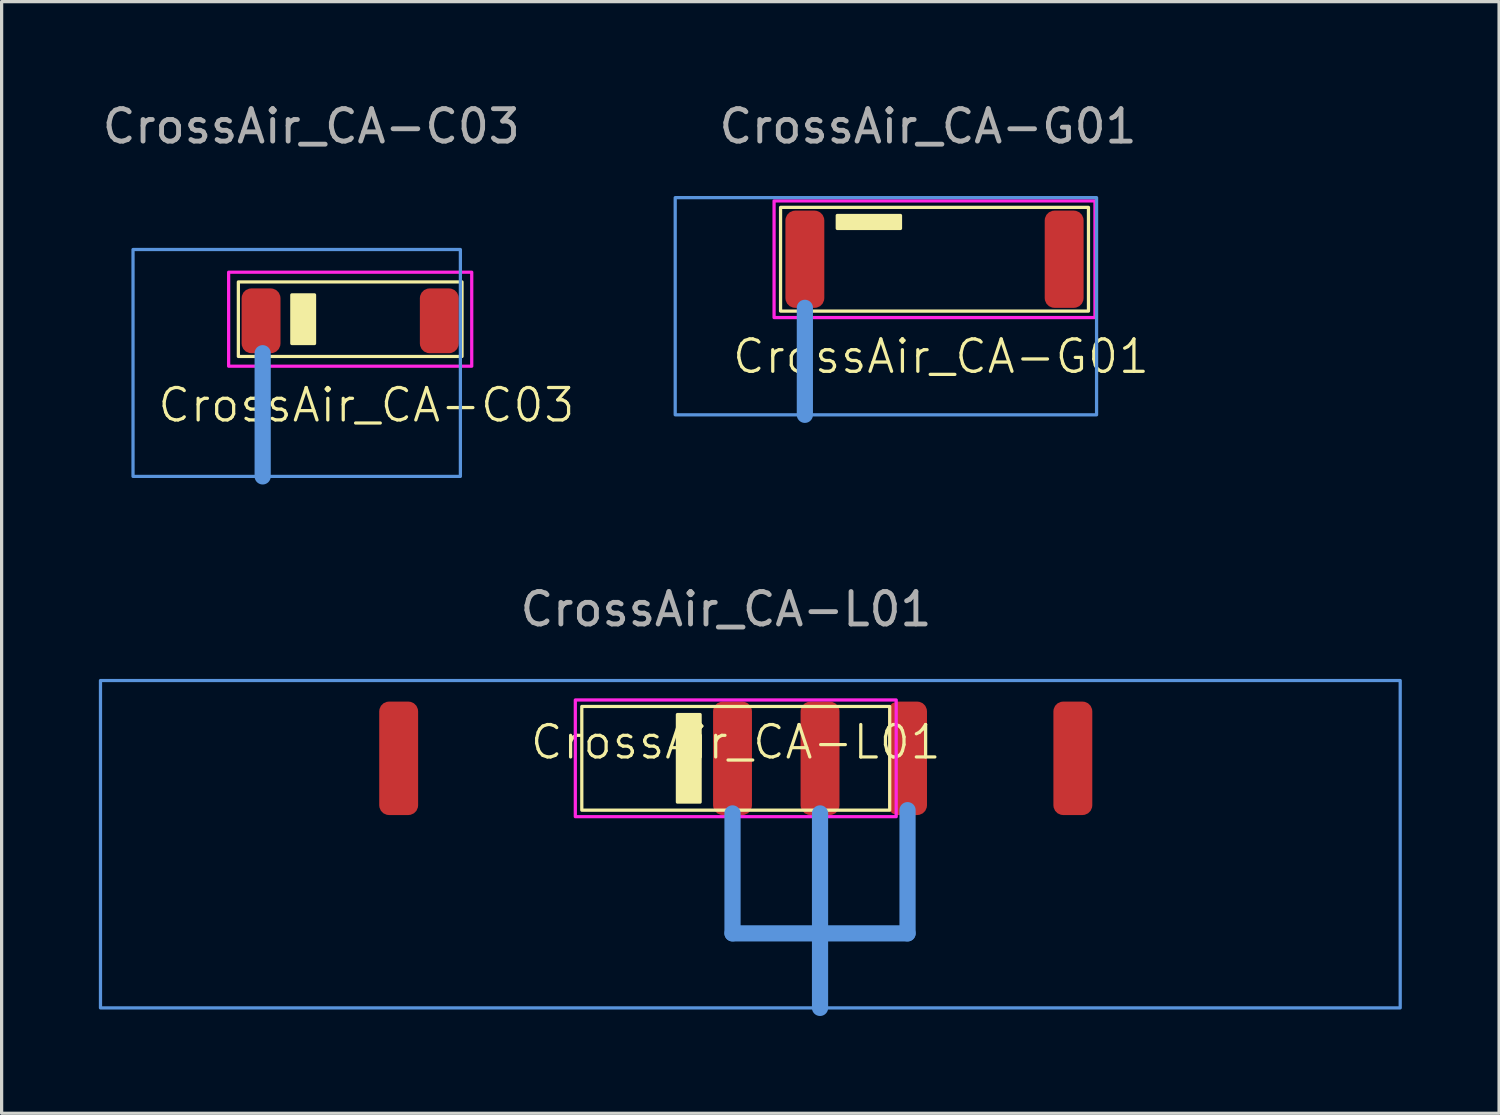
<source format=kicad_pcb>
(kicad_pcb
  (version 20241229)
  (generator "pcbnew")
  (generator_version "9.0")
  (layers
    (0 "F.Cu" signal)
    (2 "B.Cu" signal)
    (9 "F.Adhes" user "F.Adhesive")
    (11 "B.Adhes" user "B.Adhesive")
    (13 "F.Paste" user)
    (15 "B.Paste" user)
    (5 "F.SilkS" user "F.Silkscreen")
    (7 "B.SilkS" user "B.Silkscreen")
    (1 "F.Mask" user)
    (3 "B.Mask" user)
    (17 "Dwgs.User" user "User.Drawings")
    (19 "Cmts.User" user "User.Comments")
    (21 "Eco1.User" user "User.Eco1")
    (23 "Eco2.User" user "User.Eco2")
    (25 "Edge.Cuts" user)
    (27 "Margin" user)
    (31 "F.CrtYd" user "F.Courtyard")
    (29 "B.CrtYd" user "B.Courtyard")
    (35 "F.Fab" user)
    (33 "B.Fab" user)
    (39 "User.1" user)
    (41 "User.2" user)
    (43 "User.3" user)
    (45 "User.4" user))
  (footprint "CrossAir_CA-G01"
    (layer "F.Cu")
    (at 25.782 4.948)
    (property "Reference" "CrossAir_CA-G01" (at 0.2 3 0) (unlocked yes) (layer "F.SilkS") (effects (font (size 1 1) (thickness 0.1))))
    (attr smd)
    (fp_rect (start -4.75 -1.6) (end 4.75 1.6) (stroke (width 0.1) (type default)) (fill no) (layer "F.SilkS"))
    (fp_rect (start -3 -1.35) (end -1.05 -0.95) (stroke (width 0.1) (type solid)) (fill yes) (layer "F.SilkS"))
    (fp_line (start -4 1.5) (end -4 4.8) (stroke (width 0.5) (type default)) (layer "Cmts.User"))
    (fp_rect (start -8 -1.9) (end 5 4.8) (stroke (width 0.1) (type default)) (fill no) (layer "Cmts.User"))
    (fp_rect (start -4.95 -1.8) (end 4.95 1.8) (stroke (width 0.1) (type default)) (fill no) (layer "F.CrtYd"))
    (fp_text user "${REFERENCE}" (at -0.2 -4.1 0) (unlocked yes) (layer "F.Fab") (effects (font (size 1 1) (thickness 0.15))))
    (pad "1" smd roundrect (at -4 0) (size 1.2 3) (layers "F.Cu" "F.Mask" "F.Paste") (roundrect_rratio 0.25))
    (pad "2" smd roundrect (at 4 0) (size 1.2 3) (layers "F.Cu" "F.Mask" "F.Paste") (roundrect_rratio 0.25)))
  (footprint "CrossAir_CA-L01"
    (layer "F.Cu")
    (at 19.65 20.346)
    (property "Reference" "CrossAir_CA-L01" (at 0 -0.5 0) (unlocked yes) (layer "F.SilkS") (effects (font (size 1 1) (thickness 0.1))))
    (attr smd)
    (fp_rect (start -4.75 -1.6) (end 4.75 1.6) (stroke (width 0.1) (type default)) (fill no) (layer "F.SilkS"))
    (fp_rect (start -1.8 -1.35) (end -1.1 1.35) (stroke (width 0.1) (type solid)) (fill yes) (layer "F.SilkS"))
    (fp_line (start -0.1 1.7) (end -0.1 5.4) (stroke (width 0.5) (type default)) (layer "Cmts.User"))
    (fp_line (start -0.1 5.4) (end 5.3 5.4) (stroke (width 0.5) (type default)) (layer "Cmts.User"))
    (fp_line (start 2.6 1.7) (end 2.6 7.7) (stroke (width 0.5) (type default)) (layer "Cmts.User"))
    (fp_line (start 5.3 1.6) (end 5.3 5.4) (stroke (width 0.5) (type default)) (layer "Cmts.User"))
    (fp_rect (start -19.6 -2.4) (end 20.5 7.7) (stroke (width 0.1) (type default)) (fill no) (layer "Cmts.User"))
    (fp_rect (start -4.95 -1.8) (end 4.95 1.8) (stroke (width 0.1) (type default)) (fill no) (layer "F.CrtYd"))
    (fp_text user "${REFERENCE}" (at -0.3 -4.6 0) (unlocked yes) (layer "F.Fab") (effects (font (size 1 1) (thickness 0.15))))
    (pad "1" smd roundrect (at -0.1 0) (size 1.2 3.5) (layers "F.Cu" "F.Mask" "F.Paste") (roundrect_rratio 0.25))
    (pad "2" smd roundrect (at 2.6 0) (size 1.2 3.5) (layers "F.Cu" "F.Mask" "F.Paste") (roundrect_rratio 0.25))
    (pad "3" smd roundrect (at 5.3 0) (size 1.2 3.5) (layers "F.Cu" "F.Mask" "F.Paste") (roundrect_rratio 0.25))
    (pad "4" smd roundrect (at -10.4 0) (size 1.2 3.5) (layers "F.Cu" "F.Mask" "F.Paste") (roundrect_rratio 0.25))
    (pad "4" smd roundrect (at 10.4 0) (size 1.2 3.5) (layers "F.Cu" "F.Mask" "F.Paste") (roundrect_rratio 0.25)))
  (footprint "CrossAir_CA-C03"
    (layer "F.Cu")
    (at 7.754 6.848)
    (property "Reference" "CrossAir_CA-C03" (at 0.5 2.6 0) (unlocked yes) (layer "F.SilkS") (effects (font (size 1 1) (thickness 0.1))))
    (attr smd)
    (fp_rect (start -3.45 -1.2) (end 3.45 1.1) (stroke (width 0.1) (type default)) (fill no) (layer "F.SilkS"))
    (fp_rect (start -1.8 -0.8) (end -1.1 0.7) (stroke (width 0.1) (type solid)) (fill yes) (layer "F.SilkS"))
    (fp_line (start -2.7 1) (end -2.7 4.8) (stroke (width 0.5) (type default)) (layer "Cmts.User"))
    (fp_rect (start -6.7 -2.2) (end 3.4 4.8) (stroke (width 0.1) (type default)) (fill no) (layer "Cmts.User"))
    (fp_rect (start -3.75 -1.5) (end 3.75 1.4) (stroke (width 0.1) (type default)) (fill no) (layer "F.CrtYd"))
    (fp_text user "${REFERENCE}" (at -1.2 -6 0) (unlocked yes) (layer "F.Fab") (effects (font (size 1 1) (thickness 0.15))))
    (pad "1" smd roundrect (at -2.75 0) (size 1.2 2) (layers "F.Cu" "F.Mask" "F.Paste") (roundrect_rratio 0.25))
    (pad "2" smd roundrect (at 2.75 0) (size 1.2 2) (layers "F.Cu" "F.Mask" "F.Paste") (roundrect_rratio 0.25)))
  (gr_rect
    (start -3 -3)
    (end 43.2 31.297)
    (stroke (width 0.1) (type default))
    (fill no)
    (layer "Edge.Cuts")))
</source>
